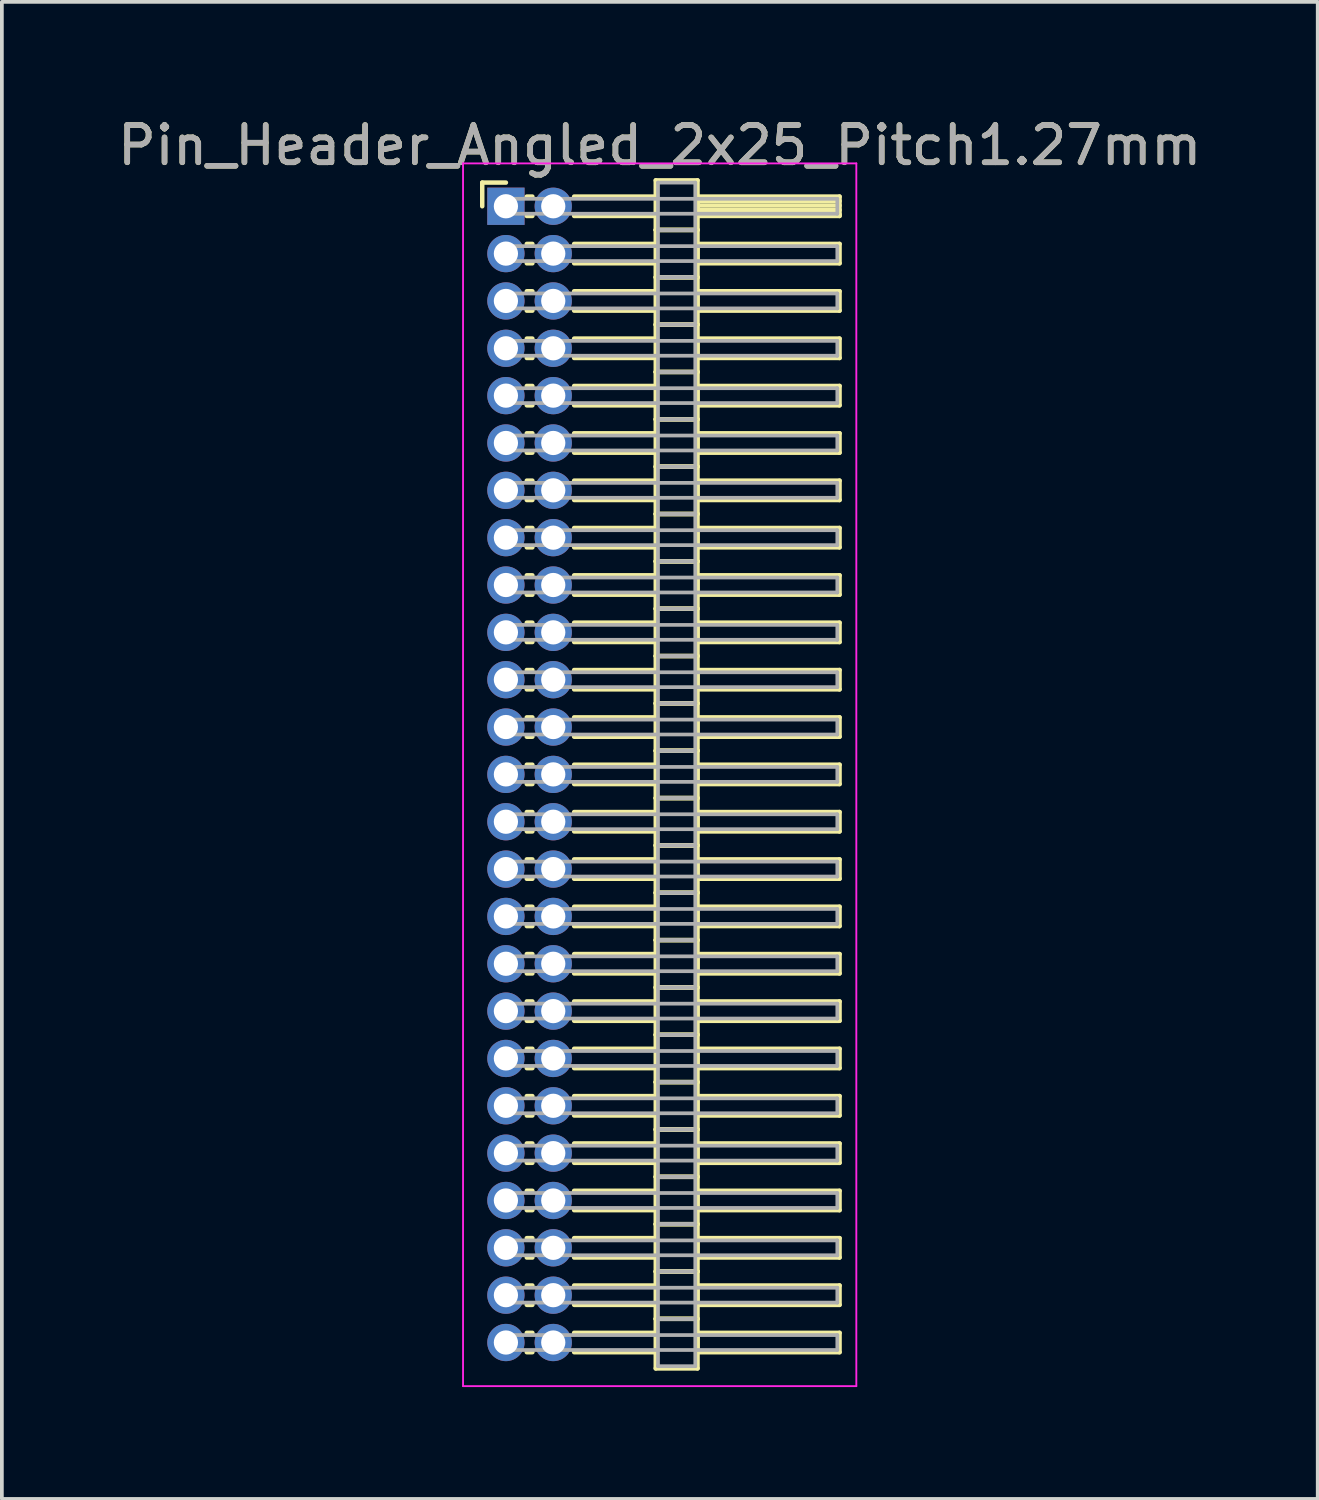
<source format=kicad_pcb>
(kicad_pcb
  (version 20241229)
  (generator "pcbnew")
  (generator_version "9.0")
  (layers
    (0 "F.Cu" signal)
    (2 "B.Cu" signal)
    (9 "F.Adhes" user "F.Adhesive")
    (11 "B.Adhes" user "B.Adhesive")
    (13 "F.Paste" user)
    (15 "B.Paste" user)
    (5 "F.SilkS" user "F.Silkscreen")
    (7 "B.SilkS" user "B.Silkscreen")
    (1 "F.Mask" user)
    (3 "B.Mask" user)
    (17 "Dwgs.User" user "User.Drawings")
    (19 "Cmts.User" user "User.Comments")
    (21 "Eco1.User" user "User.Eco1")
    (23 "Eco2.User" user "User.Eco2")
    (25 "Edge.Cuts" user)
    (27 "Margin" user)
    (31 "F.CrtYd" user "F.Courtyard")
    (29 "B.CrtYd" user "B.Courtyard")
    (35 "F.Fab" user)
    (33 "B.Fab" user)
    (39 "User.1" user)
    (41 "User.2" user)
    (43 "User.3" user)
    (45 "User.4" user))
  (footprint "Pin_Header_Angled_2x25_Pitch1.27mm"
    (layer "F.Cu")
    (at 10.521 2.483)
    (property "Reference" "Pin_Header_Angled_2x25_Pitch1.27mm" (at 4.128 -1.635 0) (layer "F.SilkS") (effects (font (size 1 1) (thickness 0.15))))
    (attr through_hole)
    (fp_line (start -0.635 -0.635) (end 0 -0.635) (stroke (width 0.12) (type solid)) (layer "F.SilkS"))
    (fp_line (start -0.635 0) (end -0.635 -0.635) (stroke (width 0.12) (type solid)) (layer "F.SilkS"))
    (fp_line (start 0.56 -0.26) (end 0.71 -0.26) (stroke (width 0.12) (type solid)) (layer "F.SilkS"))
    (fp_line (start 0.56 0.26) (end 0.71 0.26) (stroke (width 0.12) (type solid)) (layer "F.SilkS"))
    (fp_line (start 0.56 1.01) (end 0.71 1.01) (stroke (width 0.12) (type solid)) (layer "F.SilkS"))
    (fp_line (start 0.56 1.53) (end 0.71 1.53) (stroke (width 0.12) (type solid)) (layer "F.SilkS"))
    (fp_line (start 0.56 2.28) (end 0.71 2.28) (stroke (width 0.12) (type solid)) (layer "F.SilkS"))
    (fp_line (start 0.56 2.8) (end 0.71 2.8) (stroke (width 0.12) (type solid)) (layer "F.SilkS"))
    (fp_line (start 0.56 3.55) (end 0.71 3.55) (stroke (width 0.12) (type solid)) (layer "F.SilkS"))
    (fp_line (start 0.56 4.07) (end 0.71 4.07) (stroke (width 0.12) (type solid)) (layer "F.SilkS"))
    (fp_line (start 0.56 4.82) (end 0.71 4.82) (stroke (width 0.12) (type solid)) (layer "F.SilkS"))
    (fp_line (start 0.56 5.34) (end 0.71 5.34) (stroke (width 0.12) (type solid)) (layer "F.SilkS"))
    (fp_line (start 0.56 6.09) (end 0.71 6.09) (stroke (width 0.12) (type solid)) (layer "F.SilkS"))
    (fp_line (start 0.56 6.61) (end 0.71 6.61) (stroke (width 0.12) (type solid)) (layer "F.SilkS"))
    (fp_line (start 0.56 7.36) (end 0.71 7.36) (stroke (width 0.12) (type solid)) (layer "F.SilkS"))
    (fp_line (start 0.56 7.88) (end 0.71 7.88) (stroke (width 0.12) (type solid)) (layer "F.SilkS"))
    (fp_line (start 0.56 8.63) (end 0.71 8.63) (stroke (width 0.12) (type solid)) (layer "F.SilkS"))
    (fp_line (start 0.56 9.15) (end 0.71 9.15) (stroke (width 0.12) (type solid)) (layer "F.SilkS"))
    (fp_line (start 0.56 9.9) (end 0.71 9.9) (stroke (width 0.12) (type solid)) (layer "F.SilkS"))
    (fp_line (start 0.56 10.42) (end 0.71 10.42) (stroke (width 0.12) (type solid)) (layer "F.SilkS"))
    (fp_line (start 0.56 11.17) (end 0.71 11.17) (stroke (width 0.12) (type solid)) (layer "F.SilkS"))
    (fp_line (start 0.56 11.69) (end 0.71 11.69) (stroke (width 0.12) (type solid)) (layer "F.SilkS"))
    (fp_line (start 0.56 12.44) (end 0.71 12.44) (stroke (width 0.12) (type solid)) (layer "F.SilkS"))
    (fp_line (start 0.56 12.96) (end 0.71 12.96) (stroke (width 0.12) (type solid)) (layer "F.SilkS"))
    (fp_line (start 0.56 13.71) (end 0.71 13.71) (stroke (width 0.12) (type solid)) (layer "F.SilkS"))
    (fp_line (start 0.56 14.23) (end 0.71 14.23) (stroke (width 0.12) (type solid)) (layer "F.SilkS"))
    (fp_line (start 0.56 14.98) (end 0.71 14.98) (stroke (width 0.12) (type solid)) (layer "F.SilkS"))
    (fp_line (start 0.56 15.5) (end 0.71 15.5) (stroke (width 0.12) (type solid)) (layer "F.SilkS"))
    (fp_line (start 0.56 16.25) (end 0.71 16.25) (stroke (width 0.12) (type solid)) (layer "F.SilkS"))
    (fp_line (start 0.56 16.77) (end 0.71 16.77) (stroke (width 0.12) (type solid)) (layer "F.SilkS"))
    (fp_line (start 0.56 17.52) (end 0.71 17.52) (stroke (width 0.12) (type solid)) (layer "F.SilkS"))
    (fp_line (start 0.56 18.04) (end 0.71 18.04) (stroke (width 0.12) (type solid)) (layer "F.SilkS"))
    (fp_line (start 0.56 18.79) (end 0.71 18.79) (stroke (width 0.12) (type solid)) (layer "F.SilkS"))
    (fp_line (start 0.56 19.31) (end 0.71 19.31) (stroke (width 0.12) (type solid)) (layer "F.SilkS"))
    (fp_line (start 0.56 20.06) (end 0.71 20.06) (stroke (width 0.12) (type solid)) (layer "F.SilkS"))
    (fp_line (start 0.56 20.58) (end 0.71 20.58) (stroke (width 0.12) (type solid)) (layer "F.SilkS"))
    (fp_line (start 0.56 21.33) (end 0.71 21.33) (stroke (width 0.12) (type solid)) (layer "F.SilkS"))
    (fp_line (start 0.56 21.85) (end 0.71 21.85) (stroke (width 0.12) (type solid)) (layer "F.SilkS"))
    (fp_line (start 0.56 22.6) (end 0.71 22.6) (stroke (width 0.12) (type solid)) (layer "F.SilkS"))
    (fp_line (start 0.56 23.12) (end 0.71 23.12) (stroke (width 0.12) (type solid)) (layer "F.SilkS"))
    (fp_line (start 0.56 23.87) (end 0.71 23.87) (stroke (width 0.12) (type solid)) (layer "F.SilkS"))
    (fp_line (start 0.56 24.39) (end 0.71 24.39) (stroke (width 0.12) (type solid)) (layer "F.SilkS"))
    (fp_line (start 0.56 25.14) (end 0.71 25.14) (stroke (width 0.12) (type solid)) (layer "F.SilkS"))
    (fp_line (start 0.56 25.66) (end 0.71 25.66) (stroke (width 0.12) (type solid)) (layer "F.SilkS"))
    (fp_line (start 0.56 26.41) (end 0.71 26.41) (stroke (width 0.12) (type solid)) (layer "F.SilkS"))
    (fp_line (start 0.56 26.93) (end 0.71 26.93) (stroke (width 0.12) (type solid)) (layer "F.SilkS"))
    (fp_line (start 0.56 27.68) (end 0.71 27.68) (stroke (width 0.12) (type solid)) (layer "F.SilkS"))
    (fp_line (start 0.56 28.2) (end 0.71 28.2) (stroke (width 0.12) (type solid)) (layer "F.SilkS"))
    (fp_line (start 0.56 28.95) (end 0.71 28.95) (stroke (width 0.12) (type solid)) (layer "F.SilkS"))
    (fp_line (start 0.56 29.47) (end 0.71 29.47) (stroke (width 0.12) (type solid)) (layer "F.SilkS"))
    (fp_line (start 0.56 30.22) (end 0.71 30.22) (stroke (width 0.12) (type solid)) (layer "F.SilkS"))
    (fp_line (start 0.56 30.74) (end 0.71 30.74) (stroke (width 0.12) (type solid)) (layer "F.SilkS"))
    (fp_line (start 1.83 -0.26) (end 4.02 -0.26) (stroke (width 0.12) (type solid)) (layer "F.SilkS"))
    (fp_line (start 1.83 0.26) (end 4.02 0.26) (stroke (width 0.12) (type solid)) (layer "F.SilkS"))
    (fp_line (start 1.83 1.01) (end 4.02 1.01) (stroke (width 0.12) (type solid)) (layer "F.SilkS"))
    (fp_line (start 1.83 1.53) (end 4.02 1.53) (stroke (width 0.12) (type solid)) (layer "F.SilkS"))
    (fp_line (start 1.83 2.28) (end 4.02 2.28) (stroke (width 0.12) (type solid)) (layer "F.SilkS"))
    (fp_line (start 1.83 2.8) (end 4.02 2.8) (stroke (width 0.12) (type solid)) (layer "F.SilkS"))
    (fp_line (start 1.83 3.55) (end 4.02 3.55) (stroke (width 0.12) (type solid)) (layer "F.SilkS"))
    (fp_line (start 1.83 4.07) (end 4.02 4.07) (stroke (width 0.12) (type solid)) (layer "F.SilkS"))
    (fp_line (start 1.83 4.82) (end 4.02 4.82) (stroke (width 0.12) (type solid)) (layer "F.SilkS"))
    (fp_line (start 1.83 5.34) (end 4.02 5.34) (stroke (width 0.12) (type solid)) (layer "F.SilkS"))
    (fp_line (start 1.83 6.09) (end 4.02 6.09) (stroke (width 0.12) (type solid)) (layer "F.SilkS"))
    (fp_line (start 1.83 6.61) (end 4.02 6.61) (stroke (width 0.12) (type solid)) (layer "F.SilkS"))
    (fp_line (start 1.83 7.36) (end 4.02 7.36) (stroke (width 0.12) (type solid)) (layer "F.SilkS"))
    (fp_line (start 1.83 7.88) (end 4.02 7.88) (stroke (width 0.12) (type solid)) (layer "F.SilkS"))
    (fp_line (start 1.83 8.63) (end 4.02 8.63) (stroke (width 0.12) (type solid)) (layer "F.SilkS"))
    (fp_line (start 1.83 9.15) (end 4.02 9.15) (stroke (width 0.12) (type solid)) (layer "F.SilkS"))
    (fp_line (start 1.83 9.9) (end 4.02 9.9) (stroke (width 0.12) (type solid)) (layer "F.SilkS"))
    (fp_line (start 1.83 10.42) (end 4.02 10.42) (stroke (width 0.12) (type solid)) (layer "F.SilkS"))
    (fp_line (start 1.83 11.17) (end 4.02 11.17) (stroke (width 0.12) (type solid)) (layer "F.SilkS"))
    (fp_line (start 1.83 11.69) (end 4.02 11.69) (stroke (width 0.12) (type solid)) (layer "F.SilkS"))
    (fp_line (start 1.83 12.44) (end 4.02 12.44) (stroke (width 0.12) (type solid)) (layer "F.SilkS"))
    (fp_line (start 1.83 12.96) (end 4.02 12.96) (stroke (width 0.12) (type solid)) (layer "F.SilkS"))
    (fp_line (start 1.83 13.71) (end 4.02 13.71) (stroke (width 0.12) (type solid)) (layer "F.SilkS"))
    (fp_line (start 1.83 14.23) (end 4.02 14.23) (stroke (width 0.12) (type solid)) (layer "F.SilkS"))
    (fp_line (start 1.83 14.98) (end 4.02 14.98) (stroke (width 0.12) (type solid)) (layer "F.SilkS"))
    (fp_line (start 1.83 15.5) (end 4.02 15.5) (stroke (width 0.12) (type solid)) (layer "F.SilkS"))
    (fp_line (start 1.83 16.25) (end 4.02 16.25) (stroke (width 0.12) (type solid)) (layer "F.SilkS"))
    (fp_line (start 1.83 16.77) (end 4.02 16.77) (stroke (width 0.12) (type solid)) (layer "F.SilkS"))
    (fp_line (start 1.83 17.52) (end 4.02 17.52) (stroke (width 0.12) (type solid)) (layer "F.SilkS"))
    (fp_line (start 1.83 18.04) (end 4.02 18.04) (stroke (width 0.12) (type solid)) (layer "F.SilkS"))
    (fp_line (start 1.83 18.79) (end 4.02 18.79) (stroke (width 0.12) (type solid)) (layer "F.SilkS"))
    (fp_line (start 1.83 19.31) (end 4.02 19.31) (stroke (width 0.12) (type solid)) (layer "F.SilkS"))
    (fp_line (start 1.83 20.06) (end 4.02 20.06) (stroke (width 0.12) (type solid)) (layer "F.SilkS"))
    (fp_line (start 1.83 20.58) (end 4.02 20.58) (stroke (width 0.12) (type solid)) (layer "F.SilkS"))
    (fp_line (start 1.83 21.33) (end 4.02 21.33) (stroke (width 0.12) (type solid)) (layer "F.SilkS"))
    (fp_line (start 1.83 21.85) (end 4.02 21.85) (stroke (width 0.12) (type solid)) (layer "F.SilkS"))
    (fp_line (start 1.83 22.6) (end 4.02 22.6) (stroke (width 0.12) (type solid)) (layer "F.SilkS"))
    (fp_line (start 1.83 23.12) (end 4.02 23.12) (stroke (width 0.12) (type solid)) (layer "F.SilkS"))
    (fp_line (start 1.83 23.87) (end 4.02 23.87) (stroke (width 0.12) (type solid)) (layer "F.SilkS"))
    (fp_line (start 1.83 24.39) (end 4.02 24.39) (stroke (width 0.12) (type solid)) (layer "F.SilkS"))
    (fp_line (start 1.83 25.14) (end 4.02 25.14) (stroke (width 0.12) (type solid)) (layer "F.SilkS"))
    (fp_line (start 1.83 25.66) (end 4.02 25.66) (stroke (width 0.12) (type solid)) (layer "F.SilkS"))
    (fp_line (start 1.83 26.41) (end 4.02 26.41) (stroke (width 0.12) (type solid)) (layer "F.SilkS"))
    (fp_line (start 1.83 26.93) (end 4.02 26.93) (stroke (width 0.12) (type solid)) (layer "F.SilkS"))
    (fp_line (start 1.83 27.68) (end 4.02 27.68) (stroke (width 0.12) (type solid)) (layer "F.SilkS"))
    (fp_line (start 1.83 28.2) (end 4.02 28.2) (stroke (width 0.12) (type solid)) (layer "F.SilkS"))
    (fp_line (start 1.83 28.95) (end 4.02 28.95) (stroke (width 0.12) (type solid)) (layer "F.SilkS"))
    (fp_line (start 1.83 29.47) (end 4.02 29.47) (stroke (width 0.12) (type solid)) (layer "F.SilkS"))
    (fp_line (start 1.83 30.22) (end 4.02 30.22) (stroke (width 0.12) (type solid)) (layer "F.SilkS"))
    (fp_line (start 1.83 30.74) (end 4.02 30.74) (stroke (width 0.12) (type solid)) (layer "F.SilkS"))
    (fp_line (start 4.02 -0.695) (end 4.02 0.635) (stroke (width 0.12) (type solid)) (layer "F.SilkS"))
    (fp_line (start 4.02 0.635) (end 4.02 1.905) (stroke (width 0.12) (type solid)) (layer "F.SilkS"))
    (fp_line (start 4.02 0.635) (end 5.14 0.635) (stroke (width 0.12) (type solid)) (layer "F.SilkS"))
    (fp_line (start 4.02 1.905) (end 4.02 3.175) (stroke (width 0.12) (type solid)) (layer "F.SilkS"))
    (fp_line (start 4.02 1.905) (end 5.14 1.905) (stroke (width 0.12) (type solid)) (layer "F.SilkS"))
    (fp_line (start 4.02 3.175) (end 4.02 4.445) (stroke (width 0.12) (type solid)) (layer "F.SilkS"))
    (fp_line (start 4.02 3.175) (end 5.14 3.175) (stroke (width 0.12) (type solid)) (layer "F.SilkS"))
    (fp_line (start 4.02 4.445) (end 4.02 5.715) (stroke (width 0.12) (type solid)) (layer "F.SilkS"))
    (fp_line (start 4.02 4.445) (end 5.14 4.445) (stroke (width 0.12) (type solid)) (layer "F.SilkS"))
    (fp_line (start 4.02 5.715) (end 4.02 6.985) (stroke (width 0.12) (type solid)) (layer "F.SilkS"))
    (fp_line (start 4.02 5.715) (end 5.14 5.715) (stroke (width 0.12) (type solid)) (layer "F.SilkS"))
    (fp_line (start 4.02 6.985) (end 4.02 8.255) (stroke (width 0.12) (type solid)) (layer "F.SilkS"))
    (fp_line (start 4.02 6.985) (end 5.14 6.985) (stroke (width 0.12) (type solid)) (layer "F.SilkS"))
    (fp_line (start 4.02 8.255) (end 4.02 9.525) (stroke (width 0.12) (type solid)) (layer "F.SilkS"))
    (fp_line (start 4.02 8.255) (end 5.14 8.255) (stroke (width 0.12) (type solid)) (layer "F.SilkS"))
    (fp_line (start 4.02 9.525) (end 4.02 10.795) (stroke (width 0.12) (type solid)) (layer "F.SilkS"))
    (fp_line (start 4.02 9.525) (end 5.14 9.525) (stroke (width 0.12) (type solid)) (layer "F.SilkS"))
    (fp_line (start 4.02 10.795) (end 4.02 12.065) (stroke (width 0.12) (type solid)) (layer "F.SilkS"))
    (fp_line (start 4.02 10.795) (end 5.14 10.795) (stroke (width 0.12) (type solid)) (layer "F.SilkS"))
    (fp_line (start 4.02 12.065) (end 4.02 13.335) (stroke (width 0.12) (type solid)) (layer "F.SilkS"))
    (fp_line (start 4.02 12.065) (end 5.14 12.065) (stroke (width 0.12) (type solid)) (layer "F.SilkS"))
    (fp_line (start 4.02 13.335) (end 4.02 14.605) (stroke (width 0.12) (type solid)) (layer "F.SilkS"))
    (fp_line (start 4.02 13.335) (end 5.14 13.335) (stroke (width 0.12) (type solid)) (layer "F.SilkS"))
    (fp_line (start 4.02 14.605) (end 4.02 15.875) (stroke (width 0.12) (type solid)) (layer "F.SilkS"))
    (fp_line (start 4.02 14.605) (end 5.14 14.605) (stroke (width 0.12) (type solid)) (layer "F.SilkS"))
    (fp_line (start 4.02 15.875) (end 4.02 17.145) (stroke (width 0.12) (type solid)) (layer "F.SilkS"))
    (fp_line (start 4.02 15.875) (end 5.14 15.875) (stroke (width 0.12) (type solid)) (layer "F.SilkS"))
    (fp_line (start 4.02 17.145) (end 4.02 18.415) (stroke (width 0.12) (type solid)) (layer "F.SilkS"))
    (fp_line (start 4.02 17.145) (end 5.14 17.145) (stroke (width 0.12) (type solid)) (layer "F.SilkS"))
    (fp_line (start 4.02 18.415) (end 4.02 19.685) (stroke (width 0.12) (type solid)) (layer "F.SilkS"))
    (fp_line (start 4.02 18.415) (end 5.14 18.415) (stroke (width 0.12) (type solid)) (layer "F.SilkS"))
    (fp_line (start 4.02 19.685) (end 4.02 20.955) (stroke (width 0.12) (type solid)) (layer "F.SilkS"))
    (fp_line (start 4.02 19.685) (end 5.14 19.685) (stroke (width 0.12) (type solid)) (layer "F.SilkS"))
    (fp_line (start 4.02 20.955) (end 4.02 22.225) (stroke (width 0.12) (type solid)) (layer "F.SilkS"))
    (fp_line (start 4.02 20.955) (end 5.14 20.955) (stroke (width 0.12) (type solid)) (layer "F.SilkS"))
    (fp_line (start 4.02 22.225) (end 4.02 23.495) (stroke (width 0.12) (type solid)) (layer "F.SilkS"))
    (fp_line (start 4.02 22.225) (end 5.14 22.225) (stroke (width 0.12) (type solid)) (layer "F.SilkS"))
    (fp_line (start 4.02 23.495) (end 4.02 24.765) (stroke (width 0.12) (type solid)) (layer "F.SilkS"))
    (fp_line (start 4.02 23.495) (end 5.14 23.495) (stroke (width 0.12) (type solid)) (layer "F.SilkS"))
    (fp_line (start 4.02 24.765) (end 4.02 26.035) (stroke (width 0.12) (type solid)) (layer "F.SilkS"))
    (fp_line (start 4.02 24.765) (end 5.14 24.765) (stroke (width 0.12) (type solid)) (layer "F.SilkS"))
    (fp_line (start 4.02 26.035) (end 4.02 27.305) (stroke (width 0.12) (type solid)) (layer "F.SilkS"))
    (fp_line (start 4.02 26.035) (end 5.14 26.035) (stroke (width 0.12) (type solid)) (layer "F.SilkS"))
    (fp_line (start 4.02 27.305) (end 4.02 28.575) (stroke (width 0.12) (type solid)) (layer "F.SilkS"))
    (fp_line (start 4.02 27.305) (end 5.14 27.305) (stroke (width 0.12) (type solid)) (layer "F.SilkS"))
    (fp_line (start 4.02 28.575) (end 4.02 29.845) (stroke (width 0.12) (type solid)) (layer "F.SilkS"))
    (fp_line (start 4.02 28.575) (end 5.14 28.575) (stroke (width 0.12) (type solid)) (layer "F.SilkS"))
    (fp_line (start 4.02 29.845) (end 4.02 31.175) (stroke (width 0.12) (type solid)) (layer "F.SilkS"))
    (fp_line (start 4.02 29.845) (end 5.14 29.845) (stroke (width 0.12) (type solid)) (layer "F.SilkS"))
    (fp_line (start 4.02 31.175) (end 5.14 31.175) (stroke (width 0.12) (type solid)) (layer "F.SilkS"))
    (fp_line (start 5.14 -0.695) (end 4.02 -0.695) (stroke (width 0.12) (type solid)) (layer "F.SilkS"))
    (fp_line (start 5.14 -0.26) (end 5.14 0.26) (stroke (width 0.12) (type solid)) (layer "F.SilkS"))
    (fp_line (start 5.14 -0.14) (end 8.95 -0.14) (stroke (width 0.12) (type solid)) (layer "F.SilkS"))
    (fp_line (start 5.14 -0.02) (end 8.95 -0.02) (stroke (width 0.12) (type solid)) (layer "F.SilkS"))
    (fp_line (start 5.14 0.1) (end 8.95 0.1) (stroke (width 0.12) (type solid)) (layer "F.SilkS"))
    (fp_line (start 5.14 0.22) (end 8.95 0.22) (stroke (width 0.12) (type solid)) (layer "F.SilkS"))
    (fp_line (start 5.14 0.26) (end 8.95 0.26) (stroke (width 0.12) (type solid)) (layer "F.SilkS"))
    (fp_line (start 5.14 0.635) (end 4.02 0.635) (stroke (width 0.12) (type solid)) (layer "F.SilkS"))
    (fp_line (start 5.14 0.635) (end 5.14 -0.695) (stroke (width 0.12) (type solid)) (layer "F.SilkS"))
    (fp_line (start 5.14 1.01) (end 5.14 1.53) (stroke (width 0.12) (type solid)) (layer "F.SilkS"))
    (fp_line (start 5.14 1.53) (end 8.95 1.53) (stroke (width 0.12) (type solid)) (layer "F.SilkS"))
    (fp_line (start 5.14 1.905) (end 4.02 1.905) (stroke (width 0.12) (type solid)) (layer "F.SilkS"))
    (fp_line (start 5.14 1.905) (end 5.14 0.635) (stroke (width 0.12) (type solid)) (layer "F.SilkS"))
    (fp_line (start 5.14 2.28) (end 5.14 2.8) (stroke (width 0.12) (type solid)) (layer "F.SilkS"))
    (fp_line (start 5.14 2.8) (end 8.95 2.8) (stroke (width 0.12) (type solid)) (layer "F.SilkS"))
    (fp_line (start 5.14 3.175) (end 4.02 3.175) (stroke (width 0.12) (type solid)) (layer "F.SilkS"))
    (fp_line (start 5.14 3.175) (end 5.14 1.905) (stroke (width 0.12) (type solid)) (layer "F.SilkS"))
    (fp_line (start 5.14 3.55) (end 5.14 4.07) (stroke (width 0.12) (type solid)) (layer "F.SilkS"))
    (fp_line (start 5.14 4.07) (end 8.95 4.07) (stroke (width 0.12) (type solid)) (layer "F.SilkS"))
    (fp_line (start 5.14 4.445) (end 4.02 4.445) (stroke (width 0.12) (type solid)) (layer "F.SilkS"))
    (fp_line (start 5.14 4.445) (end 5.14 3.175) (stroke (width 0.12) (type solid)) (layer "F.SilkS"))
    (fp_line (start 5.14 4.82) (end 5.14 5.34) (stroke (width 0.12) (type solid)) (layer "F.SilkS"))
    (fp_line (start 5.14 5.34) (end 8.95 5.34) (stroke (width 0.12) (type solid)) (layer "F.SilkS"))
    (fp_line (start 5.14 5.715) (end 4.02 5.715) (stroke (width 0.12) (type solid)) (layer "F.SilkS"))
    (fp_line (start 5.14 5.715) (end 5.14 4.445) (stroke (width 0.12) (type solid)) (layer "F.SilkS"))
    (fp_line (start 5.14 6.09) (end 5.14 6.61) (stroke (width 0.12) (type solid)) (layer "F.SilkS"))
    (fp_line (start 5.14 6.61) (end 8.95 6.61) (stroke (width 0.12) (type solid)) (layer "F.SilkS"))
    (fp_line (start 5.14 6.985) (end 4.02 6.985) (stroke (width 0.12) (type solid)) (layer "F.SilkS"))
    (fp_line (start 5.14 6.985) (end 5.14 5.715) (stroke (width 0.12) (type solid)) (layer "F.SilkS"))
    (fp_line (start 5.14 7.36) (end 5.14 7.88) (stroke (width 0.12) (type solid)) (layer "F.SilkS"))
    (fp_line (start 5.14 7.88) (end 8.95 7.88) (stroke (width 0.12) (type solid)) (layer "F.SilkS"))
    (fp_line (start 5.14 8.255) (end 4.02 8.255) (stroke (width 0.12) (type solid)) (layer "F.SilkS"))
    (fp_line (start 5.14 8.255) (end 5.14 6.985) (stroke (width 0.12) (type solid)) (layer "F.SilkS"))
    (fp_line (start 5.14 8.63) (end 5.14 9.15) (stroke (width 0.12) (type solid)) (layer "F.SilkS"))
    (fp_line (start 5.14 9.15) (end 8.95 9.15) (stroke (width 0.12) (type solid)) (layer "F.SilkS"))
    (fp_line (start 5.14 9.525) (end 4.02 9.525) (stroke (width 0.12) (type solid)) (layer "F.SilkS"))
    (fp_line (start 5.14 9.525) (end 5.14 8.255) (stroke (width 0.12) (type solid)) (layer "F.SilkS"))
    (fp_line (start 5.14 9.9) (end 5.14 10.42) (stroke (width 0.12) (type solid)) (layer "F.SilkS"))
    (fp_line (start 5.14 10.42) (end 8.95 10.42) (stroke (width 0.12) (type solid)) (layer "F.SilkS"))
    (fp_line (start 5.14 10.795) (end 4.02 10.795) (stroke (width 0.12) (type solid)) (layer "F.SilkS"))
    (fp_line (start 5.14 10.795) (end 5.14 9.525) (stroke (width 0.12) (type solid)) (layer "F.SilkS"))
    (fp_line (start 5.14 11.17) (end 5.14 11.69) (stroke (width 0.12) (type solid)) (layer "F.SilkS"))
    (fp_line (start 5.14 11.69) (end 8.95 11.69) (stroke (width 0.12) (type solid)) (layer "F.SilkS"))
    (fp_line (start 5.14 12.065) (end 4.02 12.065) (stroke (width 0.12) (type solid)) (layer "F.SilkS"))
    (fp_line (start 5.14 12.065) (end 5.14 10.795) (stroke (width 0.12) (type solid)) (layer "F.SilkS"))
    (fp_line (start 5.14 12.44) (end 5.14 12.96) (stroke (width 0.12) (type solid)) (layer "F.SilkS"))
    (fp_line (start 5.14 12.96) (end 8.95 12.96) (stroke (width 0.12) (type solid)) (layer "F.SilkS"))
    (fp_line (start 5.14 13.335) (end 4.02 13.335) (stroke (width 0.12) (type solid)) (layer "F.SilkS"))
    (fp_line (start 5.14 13.335) (end 5.14 12.065) (stroke (width 0.12) (type solid)) (layer "F.SilkS"))
    (fp_line (start 5.14 13.71) (end 5.14 14.23) (stroke (width 0.12) (type solid)) (layer "F.SilkS"))
    (fp_line (start 5.14 14.23) (end 8.95 14.23) (stroke (width 0.12) (type solid)) (layer "F.SilkS"))
    (fp_line (start 5.14 14.605) (end 4.02 14.605) (stroke (width 0.12) (type solid)) (layer "F.SilkS"))
    (fp_line (start 5.14 14.605) (end 5.14 13.335) (stroke (width 0.12) (type solid)) (layer "F.SilkS"))
    (fp_line (start 5.14 14.98) (end 5.14 15.5) (stroke (width 0.12) (type solid)) (layer "F.SilkS"))
    (fp_line (start 5.14 15.5) (end 8.95 15.5) (stroke (width 0.12) (type solid)) (layer "F.SilkS"))
    (fp_line (start 5.14 15.875) (end 4.02 15.875) (stroke (width 0.12) (type solid)) (layer "F.SilkS"))
    (fp_line (start 5.14 15.875) (end 5.14 14.605) (stroke (width 0.12) (type solid)) (layer "F.SilkS"))
    (fp_line (start 5.14 16.25) (end 5.14 16.77) (stroke (width 0.12) (type solid)) (layer "F.SilkS"))
    (fp_line (start 5.14 16.77) (end 8.95 16.77) (stroke (width 0.12) (type solid)) (layer "F.SilkS"))
    (fp_line (start 5.14 17.145) (end 4.02 17.145) (stroke (width 0.12) (type solid)) (layer "F.SilkS"))
    (fp_line (start 5.14 17.145) (end 5.14 15.875) (stroke (width 0.12) (type solid)) (layer "F.SilkS"))
    (fp_line (start 5.14 17.52) (end 5.14 18.04) (stroke (width 0.12) (type solid)) (layer "F.SilkS"))
    (fp_line (start 5.14 18.04) (end 8.95 18.04) (stroke (width 0.12) (type solid)) (layer "F.SilkS"))
    (fp_line (start 5.14 18.415) (end 4.02 18.415) (stroke (width 0.12) (type solid)) (layer "F.SilkS"))
    (fp_line (start 5.14 18.415) (end 5.14 17.145) (stroke (width 0.12) (type solid)) (layer "F.SilkS"))
    (fp_line (start 5.14 18.79) (end 5.14 19.31) (stroke (width 0.12) (type solid)) (layer "F.SilkS"))
    (fp_line (start 5.14 19.31) (end 8.95 19.31) (stroke (width 0.12) (type solid)) (layer "F.SilkS"))
    (fp_line (start 5.14 19.685) (end 4.02 19.685) (stroke (width 0.12) (type solid)) (layer "F.SilkS"))
    (fp_line (start 5.14 19.685) (end 5.14 18.415) (stroke (width 0.12) (type solid)) (layer "F.SilkS"))
    (fp_line (start 5.14 20.06) (end 5.14 20.58) (stroke (width 0.12) (type solid)) (layer "F.SilkS"))
    (fp_line (start 5.14 20.58) (end 8.95 20.58) (stroke (width 0.12) (type solid)) (layer "F.SilkS"))
    (fp_line (start 5.14 20.955) (end 4.02 20.955) (stroke (width 0.12) (type solid)) (layer "F.SilkS"))
    (fp_line (start 5.14 20.955) (end 5.14 19.685) (stroke (width 0.12) (type solid)) (layer "F.SilkS"))
    (fp_line (start 5.14 21.33) (end 5.14 21.85) (stroke (width 0.12) (type solid)) (layer "F.SilkS"))
    (fp_line (start 5.14 21.85) (end 8.95 21.85) (stroke (width 0.12) (type solid)) (layer "F.SilkS"))
    (fp_line (start 5.14 22.225) (end 4.02 22.225) (stroke (width 0.12) (type solid)) (layer "F.SilkS"))
    (fp_line (start 5.14 22.225) (end 5.14 20.955) (stroke (width 0.12) (type solid)) (layer "F.SilkS"))
    (fp_line (start 5.14 22.6) (end 5.14 23.12) (stroke (width 0.12) (type solid)) (layer "F.SilkS"))
    (fp_line (start 5.14 23.12) (end 8.95 23.12) (stroke (width 0.12) (type solid)) (layer "F.SilkS"))
    (fp_line (start 5.14 23.495) (end 4.02 23.495) (stroke (width 0.12) (type solid)) (layer "F.SilkS"))
    (fp_line (start 5.14 23.495) (end 5.14 22.225) (stroke (width 0.12) (type solid)) (layer "F.SilkS"))
    (fp_line (start 5.14 23.87) (end 5.14 24.39) (stroke (width 0.12) (type solid)) (layer "F.SilkS"))
    (fp_line (start 5.14 24.39) (end 8.95 24.39) (stroke (width 0.12) (type solid)) (layer "F.SilkS"))
    (fp_line (start 5.14 24.765) (end 4.02 24.765) (stroke (width 0.12) (type solid)) (layer "F.SilkS"))
    (fp_line (start 5.14 24.765) (end 5.14 23.495) (stroke (width 0.12) (type solid)) (layer "F.SilkS"))
    (fp_line (start 5.14 25.14) (end 5.14 25.66) (stroke (width 0.12) (type solid)) (layer "F.SilkS"))
    (fp_line (start 5.14 25.66) (end 8.95 25.66) (stroke (width 0.12) (type solid)) (layer "F.SilkS"))
    (fp_line (start 5.14 26.035) (end 4.02 26.035) (stroke (width 0.12) (type solid)) (layer "F.SilkS"))
    (fp_line (start 5.14 26.035) (end 5.14 24.765) (stroke (width 0.12) (type solid)) (layer "F.SilkS"))
    (fp_line (start 5.14 26.41) (end 5.14 26.93) (stroke (width 0.12) (type solid)) (layer "F.SilkS"))
    (fp_line (start 5.14 26.93) (end 8.95 26.93) (stroke (width 0.12) (type solid)) (layer "F.SilkS"))
    (fp_line (start 5.14 27.305) (end 4.02 27.305) (stroke (width 0.12) (type solid)) (layer "F.SilkS"))
    (fp_line (start 5.14 27.305) (end 5.14 26.035) (stroke (width 0.12) (type solid)) (layer "F.SilkS"))
    (fp_line (start 5.14 27.68) (end 5.14 28.2) (stroke (width 0.12) (type solid)) (layer "F.SilkS"))
    (fp_line (start 5.14 28.2) (end 8.95 28.2) (stroke (width 0.12) (type solid)) (layer "F.SilkS"))
    (fp_line (start 5.14 28.575) (end 4.02 28.575) (stroke (width 0.12) (type solid)) (layer "F.SilkS"))
    (fp_line (start 5.14 28.575) (end 5.14 27.305) (stroke (width 0.12) (type solid)) (layer "F.SilkS"))
    (fp_line (start 5.14 28.95) (end 5.14 29.47) (stroke (width 0.12) (type solid)) (layer "F.SilkS"))
    (fp_line (start 5.14 29.47) (end 8.95 29.47) (stroke (width 0.12) (type solid)) (layer "F.SilkS"))
    (fp_line (start 5.14 29.845) (end 4.02 29.845) (stroke (width 0.12) (type solid)) (layer "F.SilkS"))
    (fp_line (start 5.14 29.845) (end 5.14 28.575) (stroke (width 0.12) (type solid)) (layer "F.SilkS"))
    (fp_line (start 5.14 30.22) (end 5.14 30.74) (stroke (width 0.12) (type solid)) (layer "F.SilkS"))
    (fp_line (start 5.14 30.74) (end 8.95 30.74) (stroke (width 0.12) (type solid)) (layer "F.SilkS"))
    (fp_line (start 5.14 31.175) (end 5.14 29.845) (stroke (width 0.12) (type solid)) (layer "F.SilkS"))
    (fp_line (start 8.95 -0.26) (end 5.14 -0.26) (stroke (width 0.12) (type solid)) (layer "F.SilkS"))
    (fp_line (start 8.95 0.26) (end 8.95 -0.26) (stroke (width 0.12) (type solid)) (layer "F.SilkS"))
    (fp_line (start 8.95 1.01) (end 5.14 1.01) (stroke (width 0.12) (type solid)) (layer "F.SilkS"))
    (fp_line (start 8.95 1.53) (end 8.95 1.01) (stroke (width 0.12) (type solid)) (layer "F.SilkS"))
    (fp_line (start 8.95 2.28) (end 5.14 2.28) (stroke (width 0.12) (type solid)) (layer "F.SilkS"))
    (fp_line (start 8.95 2.8) (end 8.95 2.28) (stroke (width 0.12) (type solid)) (layer "F.SilkS"))
    (fp_line (start 8.95 3.55) (end 5.14 3.55) (stroke (width 0.12) (type solid)) (layer "F.SilkS"))
    (fp_line (start 8.95 4.07) (end 8.95 3.55) (stroke (width 0.12) (type solid)) (layer "F.SilkS"))
    (fp_line (start 8.95 4.82) (end 5.14 4.82) (stroke (width 0.12) (type solid)) (layer "F.SilkS"))
    (fp_line (start 8.95 5.34) (end 8.95 4.82) (stroke (width 0.12) (type solid)) (layer "F.SilkS"))
    (fp_line (start 8.95 6.09) (end 5.14 6.09) (stroke (width 0.12) (type solid)) (layer "F.SilkS"))
    (fp_line (start 8.95 6.61) (end 8.95 6.09) (stroke (width 0.12) (type solid)) (layer "F.SilkS"))
    (fp_line (start 8.95 7.36) (end 5.14 7.36) (stroke (width 0.12) (type solid)) (layer "F.SilkS"))
    (fp_line (start 8.95 7.88) (end 8.95 7.36) (stroke (width 0.12) (type solid)) (layer "F.SilkS"))
    (fp_line (start 8.95 8.63) (end 5.14 8.63) (stroke (width 0.12) (type solid)) (layer "F.SilkS"))
    (fp_line (start 8.95 9.15) (end 8.95 8.63) (stroke (width 0.12) (type solid)) (layer "F.SilkS"))
    (fp_line (start 8.95 9.9) (end 5.14 9.9) (stroke (width 0.12) (type solid)) (layer "F.SilkS"))
    (fp_line (start 8.95 10.42) (end 8.95 9.9) (stroke (width 0.12) (type solid)) (layer "F.SilkS"))
    (fp_line (start 8.95 11.17) (end 5.14 11.17) (stroke (width 0.12) (type solid)) (layer "F.SilkS"))
    (fp_line (start 8.95 11.69) (end 8.95 11.17) (stroke (width 0.12) (type solid)) (layer "F.SilkS"))
    (fp_line (start 8.95 12.44) (end 5.14 12.44) (stroke (width 0.12) (type solid)) (layer "F.SilkS"))
    (fp_line (start 8.95 12.96) (end 8.95 12.44) (stroke (width 0.12) (type solid)) (layer "F.SilkS"))
    (fp_line (start 8.95 13.71) (end 5.14 13.71) (stroke (width 0.12) (type solid)) (layer "F.SilkS"))
    (fp_line (start 8.95 14.23) (end 8.95 13.71) (stroke (width 0.12) (type solid)) (layer "F.SilkS"))
    (fp_line (start 8.95 14.98) (end 5.14 14.98) (stroke (width 0.12) (type solid)) (layer "F.SilkS"))
    (fp_line (start 8.95 15.5) (end 8.95 14.98) (stroke (width 0.12) (type solid)) (layer "F.SilkS"))
    (fp_line (start 8.95 16.25) (end 5.14 16.25) (stroke (width 0.12) (type solid)) (layer "F.SilkS"))
    (fp_line (start 8.95 16.77) (end 8.95 16.25) (stroke (width 0.12) (type solid)) (layer "F.SilkS"))
    (fp_line (start 8.95 17.52) (end 5.14 17.52) (stroke (width 0.12) (type solid)) (layer "F.SilkS"))
    (fp_line (start 8.95 18.04) (end 8.95 17.52) (stroke (width 0.12) (type solid)) (layer "F.SilkS"))
    (fp_line (start 8.95 18.79) (end 5.14 18.79) (stroke (width 0.12) (type solid)) (layer "F.SilkS"))
    (fp_line (start 8.95 19.31) (end 8.95 18.79) (stroke (width 0.12) (type solid)) (layer "F.SilkS"))
    (fp_line (start 8.95 20.06) (end 5.14 20.06) (stroke (width 0.12) (type solid)) (layer "F.SilkS"))
    (fp_line (start 8.95 20.58) (end 8.95 20.06) (stroke (width 0.12) (type solid)) (layer "F.SilkS"))
    (fp_line (start 8.95 21.33) (end 5.14 21.33) (stroke (width 0.12) (type solid)) (layer "F.SilkS"))
    (fp_line (start 8.95 21.85) (end 8.95 21.33) (stroke (width 0.12) (type solid)) (layer "F.SilkS"))
    (fp_line (start 8.95 22.6) (end 5.14 22.6) (stroke (width 0.12) (type solid)) (layer "F.SilkS"))
    (fp_line (start 8.95 23.12) (end 8.95 22.6) (stroke (width 0.12) (type solid)) (layer "F.SilkS"))
    (fp_line (start 8.95 23.87) (end 5.14 23.87) (stroke (width 0.12) (type solid)) (layer "F.SilkS"))
    (fp_line (start 8.95 24.39) (end 8.95 23.87) (stroke (width 0.12) (type solid)) (layer "F.SilkS"))
    (fp_line (start 8.95 25.14) (end 5.14 25.14) (stroke (width 0.12) (type solid)) (layer "F.SilkS"))
    (fp_line (start 8.95 25.66) (end 8.95 25.14) (stroke (width 0.12) (type solid)) (layer "F.SilkS"))
    (fp_line (start 8.95 26.41) (end 5.14 26.41) (stroke (width 0.12) (type solid)) (layer "F.SilkS"))
    (fp_line (start 8.95 26.93) (end 8.95 26.41) (stroke (width 0.12) (type solid)) (layer "F.SilkS"))
    (fp_line (start 8.95 27.68) (end 5.14 27.68) (stroke (width 0.12) (type solid)) (layer "F.SilkS"))
    (fp_line (start 8.95 28.2) (end 8.95 27.68) (stroke (width 0.12) (type solid)) (layer "F.SilkS"))
    (fp_line (start 8.95 28.95) (end 5.14 28.95) (stroke (width 0.12) (type solid)) (layer "F.SilkS"))
    (fp_line (start 8.95 29.47) (end 8.95 28.95) (stroke (width 0.12) (type solid)) (layer "F.SilkS"))
    (fp_line (start 8.95 30.22) (end 5.14 30.22) (stroke (width 0.12) (type solid)) (layer "F.SilkS"))
    (fp_line (start 8.95 30.74) (end 8.95 30.22) (stroke (width 0.12) (type solid)) (layer "F.SilkS"))
    (fp_line (start -1.15 -1.15) (end -1.15 31.65) (stroke (width 0.05) (type solid)) (layer "F.CrtYd"))
    (fp_line (start -1.15 31.65) (end 9.4 31.65) (stroke (width 0.05) (type solid)) (layer "F.CrtYd"))
    (fp_line (start 9.4 -1.15) (end -1.15 -1.15) (stroke (width 0.05) (type solid)) (layer "F.CrtYd"))
    (fp_line (start 9.4 31.65) (end 9.4 -1.15) (stroke (width 0.05) (type solid)) (layer "F.CrtYd"))
    (fp_line (start 0 -0.2) (end 0 0.2) (stroke (width 0.1) (type solid)) (layer "F.Fab"))
    (fp_line (start 0 0.2) (end 8.89 0.2) (stroke (width 0.1) (type solid)) (layer "F.Fab"))
    (fp_line (start 0 1.07) (end 0 1.47) (stroke (width 0.1) (type solid)) (layer "F.Fab"))
    (fp_line (start 0 1.47) (end 8.89 1.47) (stroke (width 0.1) (type solid)) (layer "F.Fab"))
    (fp_line (start 0 2.34) (end 0 2.74) (stroke (width 0.1) (type solid)) (layer "F.Fab"))
    (fp_line (start 0 2.74) (end 8.89 2.74) (stroke (width 0.1) (type solid)) (layer "F.Fab"))
    (fp_line (start 0 3.61) (end 0 4.01) (stroke (width 0.1) (type solid)) (layer "F.Fab"))
    (fp_line (start 0 4.01) (end 8.89 4.01) (stroke (width 0.1) (type solid)) (layer "F.Fab"))
    (fp_line (start 0 4.88) (end 0 5.28) (stroke (width 0.1) (type solid)) (layer "F.Fab"))
    (fp_line (start 0 5.28) (end 8.89 5.28) (stroke (width 0.1) (type solid)) (layer "F.Fab"))
    (fp_line (start 0 6.15) (end 0 6.55) (stroke (width 0.1) (type solid)) (layer "F.Fab"))
    (fp_line (start 0 6.55) (end 8.89 6.55) (stroke (width 0.1) (type solid)) (layer "F.Fab"))
    (fp_line (start 0 7.42) (end 0 7.82) (stroke (width 0.1) (type solid)) (layer "F.Fab"))
    (fp_line (start 0 7.82) (end 8.89 7.82) (stroke (width 0.1) (type solid)) (layer "F.Fab"))
    (fp_line (start 0 8.69) (end 0 9.09) (stroke (width 0.1) (type solid)) (layer "F.Fab"))
    (fp_line (start 0 9.09) (end 8.89 9.09) (stroke (width 0.1) (type solid)) (layer "F.Fab"))
    (fp_line (start 0 9.96) (end 0 10.36) (stroke (width 0.1) (type solid)) (layer "F.Fab"))
    (fp_line (start 0 10.36) (end 8.89 10.36) (stroke (width 0.1) (type solid)) (layer "F.Fab"))
    (fp_line (start 0 11.23) (end 0 11.63) (stroke (width 0.1) (type solid)) (layer "F.Fab"))
    (fp_line (start 0 11.63) (end 8.89 11.63) (stroke (width 0.1) (type solid)) (layer "F.Fab"))
    (fp_line (start 0 12.5) (end 0 12.9) (stroke (width 0.1) (type solid)) (layer "F.Fab"))
    (fp_line (start 0 12.9) (end 8.89 12.9) (stroke (width 0.1) (type solid)) (layer "F.Fab"))
    (fp_line (start 0 13.77) (end 0 14.17) (stroke (width 0.1) (type solid)) (layer "F.Fab"))
    (fp_line (start 0 14.17) (end 8.89 14.17) (stroke (width 0.1) (type solid)) (layer "F.Fab"))
    (fp_line (start 0 15.04) (end 0 15.44) (stroke (width 0.1) (type solid)) (layer "F.Fab"))
    (fp_line (start 0 15.44) (end 8.89 15.44) (stroke (width 0.1) (type solid)) (layer "F.Fab"))
    (fp_line (start 0 16.31) (end 0 16.71) (stroke (width 0.1) (type solid)) (layer "F.Fab"))
    (fp_line (start 0 16.71) (end 8.89 16.71) (stroke (width 0.1) (type solid)) (layer "F.Fab"))
    (fp_line (start 0 17.58) (end 0 17.98) (stroke (width 0.1) (type solid)) (layer "F.Fab"))
    (fp_line (start 0 17.98) (end 8.89 17.98) (stroke (width 0.1) (type solid)) (layer "F.Fab"))
    (fp_line (start 0 18.85) (end 0 19.25) (stroke (width 0.1) (type solid)) (layer "F.Fab"))
    (fp_line (start 0 19.25) (end 8.89 19.25) (stroke (width 0.1) (type solid)) (layer "F.Fab"))
    (fp_line (start 0 20.12) (end 0 20.52) (stroke (width 0.1) (type solid)) (layer "F.Fab"))
    (fp_line (start 0 20.52) (end 8.89 20.52) (stroke (width 0.1) (type solid)) (layer "F.Fab"))
    (fp_line (start 0 21.39) (end 0 21.79) (stroke (width 0.1) (type solid)) (layer "F.Fab"))
    (fp_line (start 0 21.79) (end 8.89 21.79) (stroke (width 0.1) (type solid)) (layer "F.Fab"))
    (fp_line (start 0 22.66) (end 0 23.06) (stroke (width 0.1) (type solid)) (layer "F.Fab"))
    (fp_line (start 0 23.06) (end 8.89 23.06) (stroke (width 0.1) (type solid)) (layer "F.Fab"))
    (fp_line (start 0 23.93) (end 0 24.33) (stroke (width 0.1) (type solid)) (layer "F.Fab"))
    (fp_line (start 0 24.33) (end 8.89 24.33) (stroke (width 0.1) (type solid)) (layer "F.Fab"))
    (fp_line (start 0 25.2) (end 0 25.6) (stroke (width 0.1) (type solid)) (layer "F.Fab"))
    (fp_line (start 0 25.6) (end 8.89 25.6) (stroke (width 0.1) (type solid)) (layer "F.Fab"))
    (fp_line (start 0 26.47) (end 0 26.87) (stroke (width 0.1) (type solid)) (layer "F.Fab"))
    (fp_line (start 0 26.87) (end 8.89 26.87) (stroke (width 0.1) (type solid)) (layer "F.Fab"))
    (fp_line (start 0 27.74) (end 0 28.14) (stroke (width 0.1) (type solid)) (layer "F.Fab"))
    (fp_line (start 0 28.14) (end 8.89 28.14) (stroke (width 0.1) (type solid)) (layer "F.Fab"))
    (fp_line (start 0 29.01) (end 0 29.41) (stroke (width 0.1) (type solid)) (layer "F.Fab"))
    (fp_line (start 0 29.41) (end 8.89 29.41) (stroke (width 0.1) (type solid)) (layer "F.Fab"))
    (fp_line (start 0 30.28) (end 0 30.68) (stroke (width 0.1) (type solid)) (layer "F.Fab"))
    (fp_line (start 0 30.68) (end 8.89 30.68) (stroke (width 0.1) (type solid)) (layer "F.Fab"))
    (fp_line (start 4.08 -0.635) (end 4.08 0.635) (stroke (width 0.1) (type solid)) (layer "F.Fab"))
    (fp_line (start 4.08 0.635) (end 4.08 1.905) (stroke (width 0.1) (type solid)) (layer "F.Fab"))
    (fp_line (start 4.08 0.635) (end 5.08 0.635) (stroke (width 0.1) (type solid)) (layer "F.Fab"))
    (fp_line (start 4.08 1.905) (end 4.08 3.175) (stroke (width 0.1) (type solid)) (layer "F.Fab"))
    (fp_line (start 4.08 1.905) (end 5.08 1.905) (stroke (width 0.1) (type solid)) (layer "F.Fab"))
    (fp_line (start 4.08 3.175) (end 4.08 4.445) (stroke (width 0.1) (type solid)) (layer "F.Fab"))
    (fp_line (start 4.08 3.175) (end 5.08 3.175) (stroke (width 0.1) (type solid)) (layer "F.Fab"))
    (fp_line (start 4.08 4.445) (end 4.08 5.715) (stroke (width 0.1) (type solid)) (layer "F.Fab"))
    (fp_line (start 4.08 4.445) (end 5.08 4.445) (stroke (width 0.1) (type solid)) (layer "F.Fab"))
    (fp_line (start 4.08 5.715) (end 4.08 6.985) (stroke (width 0.1) (type solid)) (layer "F.Fab"))
    (fp_line (start 4.08 5.715) (end 5.08 5.715) (stroke (width 0.1) (type solid)) (layer "F.Fab"))
    (fp_line (start 4.08 6.985) (end 4.08 8.255) (stroke (width 0.1) (type solid)) (layer "F.Fab"))
    (fp_line (start 4.08 6.985) (end 5.08 6.985) (stroke (width 0.1) (type solid)) (layer "F.Fab"))
    (fp_line (start 4.08 8.255) (end 4.08 9.525) (stroke (width 0.1) (type solid)) (layer "F.Fab"))
    (fp_line (start 4.08 8.255) (end 5.08 8.255) (stroke (width 0.1) (type solid)) (layer "F.Fab"))
    (fp_line (start 4.08 9.525) (end 4.08 10.795) (stroke (width 0.1) (type solid)) (layer "F.Fab"))
    (fp_line (start 4.08 9.525) (end 5.08 9.525) (stroke (width 0.1) (type solid)) (layer "F.Fab"))
    (fp_line (start 4.08 10.795) (end 4.08 12.065) (stroke (width 0.1) (type solid)) (layer "F.Fab"))
    (fp_line (start 4.08 10.795) (end 5.08 10.795) (stroke (width 0.1) (type solid)) (layer "F.Fab"))
    (fp_line (start 4.08 12.065) (end 4.08 13.335) (stroke (width 0.1) (type solid)) (layer "F.Fab"))
    (fp_line (start 4.08 12.065) (end 5.08 12.065) (stroke (width 0.1) (type solid)) (layer "F.Fab"))
    (fp_line (start 4.08 13.335) (end 4.08 14.605) (stroke (width 0.1) (type solid)) (layer "F.Fab"))
    (fp_line (start 4.08 13.335) (end 5.08 13.335) (stroke (width 0.1) (type solid)) (layer "F.Fab"))
    (fp_line (start 4.08 14.605) (end 4.08 15.875) (stroke (width 0.1) (type solid)) (layer "F.Fab"))
    (fp_line (start 4.08 14.605) (end 5.08 14.605) (stroke (width 0.1) (type solid)) (layer "F.Fab"))
    (fp_line (start 4.08 15.875) (end 4.08 17.145) (stroke (width 0.1) (type solid)) (layer "F.Fab"))
    (fp_line (start 4.08 15.875) (end 5.08 15.875) (stroke (width 0.1) (type solid)) (layer "F.Fab"))
    (fp_line (start 4.08 17.145) (end 4.08 18.415) (stroke (width 0.1) (type solid)) (layer "F.Fab"))
    (fp_line (start 4.08 17.145) (end 5.08 17.145) (stroke (width 0.1) (type solid)) (layer "F.Fab"))
    (fp_line (start 4.08 18.415) (end 4.08 19.685) (stroke (width 0.1) (type solid)) (layer "F.Fab"))
    (fp_line (start 4.08 18.415) (end 5.08 18.415) (stroke (width 0.1) (type solid)) (layer "F.Fab"))
    (fp_line (start 4.08 19.685) (end 4.08 20.955) (stroke (width 0.1) (type solid)) (layer "F.Fab"))
    (fp_line (start 4.08 19.685) (end 5.08 19.685) (stroke (width 0.1) (type solid)) (layer "F.Fab"))
    (fp_line (start 4.08 20.955) (end 4.08 22.225) (stroke (width 0.1) (type solid)) (layer "F.Fab"))
    (fp_line (start 4.08 20.955) (end 5.08 20.955) (stroke (width 0.1) (type solid)) (layer "F.Fab"))
    (fp_line (start 4.08 22.225) (end 4.08 23.495) (stroke (width 0.1) (type solid)) (layer "F.Fab"))
    (fp_line (start 4.08 22.225) (end 5.08 22.225) (stroke (width 0.1) (type solid)) (layer "F.Fab"))
    (fp_line (start 4.08 23.495) (end 4.08 24.765) (stroke (width 0.1) (type solid)) (layer "F.Fab"))
    (fp_line (start 4.08 23.495) (end 5.08 23.495) (stroke (width 0.1) (type solid)) (layer "F.Fab"))
    (fp_line (start 4.08 24.765) (end 4.08 26.035) (stroke (width 0.1) (type solid)) (layer "F.Fab"))
    (fp_line (start 4.08 24.765) (end 5.08 24.765) (stroke (width 0.1) (type solid)) (layer "F.Fab"))
    (fp_line (start 4.08 26.035) (end 4.08 27.305) (stroke (width 0.1) (type solid)) (layer "F.Fab"))
    (fp_line (start 4.08 26.035) (end 5.08 26.035) (stroke (width 0.1) (type solid)) (layer "F.Fab"))
    (fp_line (start 4.08 27.305) (end 4.08 28.575) (stroke (width 0.1) (type solid)) (layer "F.Fab"))
    (fp_line (start 4.08 27.305) (end 5.08 27.305) (stroke (width 0.1) (type solid)) (layer "F.Fab"))
    (fp_line (start 4.08 28.575) (end 4.08 29.845) (stroke (width 0.1) (type solid)) (layer "F.Fab"))
    (fp_line (start 4.08 28.575) (end 5.08 28.575) (stroke (width 0.1) (type solid)) (layer "F.Fab"))
    (fp_line (start 4.08 29.845) (end 4.08 31.115) (stroke (width 0.1) (type solid)) (layer "F.Fab"))
    (fp_line (start 4.08 29.845) (end 5.08 29.845) (stroke (width 0.1) (type solid)) (layer "F.Fab"))
    (fp_line (start 4.08 31.115) (end 5.08 31.115) (stroke (width 0.1) (type solid)) (layer "F.Fab"))
    (fp_line (start 5.08 -0.635) (end 4.08 -0.635) (stroke (width 0.1) (type solid)) (layer "F.Fab"))
    (fp_line (start 5.08 0.635) (end 4.08 0.635) (stroke (width 0.1) (type solid)) (layer "F.Fab"))
    (fp_line (start 5.08 0.635) (end 5.08 -0.635) (stroke (width 0.1) (type solid)) (layer "F.Fab"))
    (fp_line (start 5.08 1.905) (end 4.08 1.905) (stroke (width 0.1) (type solid)) (layer "F.Fab"))
    (fp_line (start 5.08 1.905) (end 5.08 0.635) (stroke (width 0.1) (type solid)) (layer "F.Fab"))
    (fp_line (start 5.08 3.175) (end 4.08 3.175) (stroke (width 0.1) (type solid)) (layer "F.Fab"))
    (fp_line (start 5.08 3.175) (end 5.08 1.905) (stroke (width 0.1) (type solid)) (layer "F.Fab"))
    (fp_line (start 5.08 4.445) (end 4.08 4.445) (stroke (width 0.1) (type solid)) (layer "F.Fab"))
    (fp_line (start 5.08 4.445) (end 5.08 3.175) (stroke (width 0.1) (type solid)) (layer "F.Fab"))
    (fp_line (start 5.08 5.715) (end 4.08 5.715) (stroke (width 0.1) (type solid)) (layer "F.Fab"))
    (fp_line (start 5.08 5.715) (end 5.08 4.445) (stroke (width 0.1) (type solid)) (layer "F.Fab"))
    (fp_line (start 5.08 6.985) (end 4.08 6.985) (stroke (width 0.1) (type solid)) (layer "F.Fab"))
    (fp_line (start 5.08 6.985) (end 5.08 5.715) (stroke (width 0.1) (type solid)) (layer "F.Fab"))
    (fp_line (start 5.08 8.255) (end 4.08 8.255) (stroke (width 0.1) (type solid)) (layer "F.Fab"))
    (fp_line (start 5.08 8.255) (end 5.08 6.985) (stroke (width 0.1) (type solid)) (layer "F.Fab"))
    (fp_line (start 5.08 9.525) (end 4.08 9.525) (stroke (width 0.1) (type solid)) (layer "F.Fab"))
    (fp_line (start 5.08 9.525) (end 5.08 8.255) (stroke (width 0.1) (type solid)) (layer "F.Fab"))
    (fp_line (start 5.08 10.795) (end 4.08 10.795) (stroke (width 0.1) (type solid)) (layer "F.Fab"))
    (fp_line (start 5.08 10.795) (end 5.08 9.525) (stroke (width 0.1) (type solid)) (layer "F.Fab"))
    (fp_line (start 5.08 12.065) (end 4.08 12.065) (stroke (width 0.1) (type solid)) (layer "F.Fab"))
    (fp_line (start 5.08 12.065) (end 5.08 10.795) (stroke (width 0.1) (type solid)) (layer "F.Fab"))
    (fp_line (start 5.08 13.335) (end 4.08 13.335) (stroke (width 0.1) (type solid)) (layer "F.Fab"))
    (fp_line (start 5.08 13.335) (end 5.08 12.065) (stroke (width 0.1) (type solid)) (layer "F.Fab"))
    (fp_line (start 5.08 14.605) (end 4.08 14.605) (stroke (width 0.1) (type solid)) (layer "F.Fab"))
    (fp_line (start 5.08 14.605) (end 5.08 13.335) (stroke (width 0.1) (type solid)) (layer "F.Fab"))
    (fp_line (start 5.08 15.875) (end 4.08 15.875) (stroke (width 0.1) (type solid)) (layer "F.Fab"))
    (fp_line (start 5.08 15.875) (end 5.08 14.605) (stroke (width 0.1) (type solid)) (layer "F.Fab"))
    (fp_line (start 5.08 17.145) (end 4.08 17.145) (stroke (width 0.1) (type solid)) (layer "F.Fab"))
    (fp_line (start 5.08 17.145) (end 5.08 15.875) (stroke (width 0.1) (type solid)) (layer "F.Fab"))
    (fp_line (start 5.08 18.415) (end 4.08 18.415) (stroke (width 0.1) (type solid)) (layer "F.Fab"))
    (fp_line (start 5.08 18.415) (end 5.08 17.145) (stroke (width 0.1) (type solid)) (layer "F.Fab"))
    (fp_line (start 5.08 19.685) (end 4.08 19.685) (stroke (width 0.1) (type solid)) (layer "F.Fab"))
    (fp_line (start 5.08 19.685) (end 5.08 18.415) (stroke (width 0.1) (type solid)) (layer "F.Fab"))
    (fp_line (start 5.08 20.955) (end 4.08 20.955) (stroke (width 0.1) (type solid)) (layer "F.Fab"))
    (fp_line (start 5.08 20.955) (end 5.08 19.685) (stroke (width 0.1) (type solid)) (layer "F.Fab"))
    (fp_line (start 5.08 22.225) (end 4.08 22.225) (stroke (width 0.1) (type solid)) (layer "F.Fab"))
    (fp_line (start 5.08 22.225) (end 5.08 20.955) (stroke (width 0.1) (type solid)) (layer "F.Fab"))
    (fp_line (start 5.08 23.495) (end 4.08 23.495) (stroke (width 0.1) (type solid)) (layer "F.Fab"))
    (fp_line (start 5.08 23.495) (end 5.08 22.225) (stroke (width 0.1) (type solid)) (layer "F.Fab"))
    (fp_line (start 5.08 24.765) (end 4.08 24.765) (stroke (width 0.1) (type solid)) (layer "F.Fab"))
    (fp_line (start 5.08 24.765) (end 5.08 23.495) (stroke (width 0.1) (type solid)) (layer "F.Fab"))
    (fp_line (start 5.08 26.035) (end 4.08 26.035) (stroke (width 0.1) (type solid)) (layer "F.Fab"))
    (fp_line (start 5.08 26.035) (end 5.08 24.765) (stroke (width 0.1) (type solid)) (layer "F.Fab"))
    (fp_line (start 5.08 27.305) (end 4.08 27.305) (stroke (width 0.1) (type solid)) (layer "F.Fab"))
    (fp_line (start 5.08 27.305) (end 5.08 26.035) (stroke (width 0.1) (type solid)) (layer "F.Fab"))
    (fp_line (start 5.08 28.575) (end 4.08 28.575) (stroke (width 0.1) (type solid)) (layer "F.Fab"))
    (fp_line (start 5.08 28.575) (end 5.08 27.305) (stroke (width 0.1) (type solid)) (layer "F.Fab"))
    (fp_line (start 5.08 29.845) (end 4.08 29.845) (stroke (width 0.1) (type solid)) (layer "F.Fab"))
    (fp_line (start 5.08 29.845) (end 5.08 28.575) (stroke (width 0.1) (type solid)) (layer "F.Fab"))
    (fp_line (start 5.08 31.115) (end 5.08 29.845) (stroke (width 0.1) (type solid)) (layer "F.Fab"))
    (fp_line (start 8.89 -0.2) (end 0 -0.2) (stroke (width 0.1) (type solid)) (layer "F.Fab"))
    (fp_line (start 8.89 0.2) (end 8.89 -0.2) (stroke (width 0.1) (type solid)) (layer "F.Fab"))
    (fp_line (start 8.89 1.07) (end 0 1.07) (stroke (width 0.1) (type solid)) (layer "F.Fab"))
    (fp_line (start 8.89 1.47) (end 8.89 1.07) (stroke (width 0.1) (type solid)) (layer "F.Fab"))
    (fp_line (start 8.89 2.34) (end 0 2.34) (stroke (width 0.1) (type solid)) (layer "F.Fab"))
    (fp_line (start 8.89 2.74) (end 8.89 2.34) (stroke (width 0.1) (type solid)) (layer "F.Fab"))
    (fp_line (start 8.89 3.61) (end 0 3.61) (stroke (width 0.1) (type solid)) (layer "F.Fab"))
    (fp_line (start 8.89 4.01) (end 8.89 3.61) (stroke (width 0.1) (type solid)) (layer "F.Fab"))
    (fp_line (start 8.89 4.88) (end 0 4.88) (stroke (width 0.1) (type solid)) (layer "F.Fab"))
    (fp_line (start 8.89 5.28) (end 8.89 4.88) (stroke (width 0.1) (type solid)) (layer "F.Fab"))
    (fp_line (start 8.89 6.15) (end 0 6.15) (stroke (width 0.1) (type solid)) (layer "F.Fab"))
    (fp_line (start 8.89 6.55) (end 8.89 6.15) (stroke (width 0.1) (type solid)) (layer "F.Fab"))
    (fp_line (start 8.89 7.42) (end 0 7.42) (stroke (width 0.1) (type solid)) (layer "F.Fab"))
    (fp_line (start 8.89 7.82) (end 8.89 7.42) (stroke (width 0.1) (type solid)) (layer "F.Fab"))
    (fp_line (start 8.89 8.69) (end 0 8.69) (stroke (width 0.1) (type solid)) (layer "F.Fab"))
    (fp_line (start 8.89 9.09) (end 8.89 8.69) (stroke (width 0.1) (type solid)) (layer "F.Fab"))
    (fp_line (start 8.89 9.96) (end 0 9.96) (stroke (width 0.1) (type solid)) (layer "F.Fab"))
    (fp_line (start 8.89 10.36) (end 8.89 9.96) (stroke (width 0.1) (type solid)) (layer "F.Fab"))
    (fp_line (start 8.89 11.23) (end 0 11.23) (stroke (width 0.1) (type solid)) (layer "F.Fab"))
    (fp_line (start 8.89 11.63) (end 8.89 11.23) (stroke (width 0.1) (type solid)) (layer "F.Fab"))
    (fp_line (start 8.89 12.5) (end 0 12.5) (stroke (width 0.1) (type solid)) (layer "F.Fab"))
    (fp_line (start 8.89 12.9) (end 8.89 12.5) (stroke (width 0.1) (type solid)) (layer "F.Fab"))
    (fp_line (start 8.89 13.77) (end 0 13.77) (stroke (width 0.1) (type solid)) (layer "F.Fab"))
    (fp_line (start 8.89 14.17) (end 8.89 13.77) (stroke (width 0.1) (type solid)) (layer "F.Fab"))
    (fp_line (start 8.89 15.04) (end 0 15.04) (stroke (width 0.1) (type solid)) (layer "F.Fab"))
    (fp_line (start 8.89 15.44) (end 8.89 15.04) (stroke (width 0.1) (type solid)) (layer "F.Fab"))
    (fp_line (start 8.89 16.31) (end 0 16.31) (stroke (width 0.1) (type solid)) (layer "F.Fab"))
    (fp_line (start 8.89 16.71) (end 8.89 16.31) (stroke (width 0.1) (type solid)) (layer "F.Fab"))
    (fp_line (start 8.89 17.58) (end 0 17.58) (stroke (width 0.1) (type solid)) (layer "F.Fab"))
    (fp_line (start 8.89 17.98) (end 8.89 17.58) (stroke (width 0.1) (type solid)) (layer "F.Fab"))
    (fp_line (start 8.89 18.85) (end 0 18.85) (stroke (width 0.1) (type solid)) (layer "F.Fab"))
    (fp_line (start 8.89 19.25) (end 8.89 18.85) (stroke (width 0.1) (type solid)) (layer "F.Fab"))
    (fp_line (start 8.89 20.12) (end 0 20.12) (stroke (width 0.1) (type solid)) (layer "F.Fab"))
    (fp_line (start 8.89 20.52) (end 8.89 20.12) (stroke (width 0.1) (type solid)) (layer "F.Fab"))
    (fp_line (start 8.89 21.39) (end 0 21.39) (stroke (width 0.1) (type solid)) (layer "F.Fab"))
    (fp_line (start 8.89 21.79) (end 8.89 21.39) (stroke (width 0.1) (type solid)) (layer "F.Fab"))
    (fp_line (start 8.89 22.66) (end 0 22.66) (stroke (width 0.1) (type solid)) (layer "F.Fab"))
    (fp_line (start 8.89 23.06) (end 8.89 22.66) (stroke (width 0.1) (type solid)) (layer "F.Fab"))
    (fp_line (start 8.89 23.93) (end 0 23.93) (stroke (width 0.1) (type solid)) (layer "F.Fab"))
    (fp_line (start 8.89 24.33) (end 8.89 23.93) (stroke (width 0.1) (type solid)) (layer "F.Fab"))
    (fp_line (start 8.89 25.2) (end 0 25.2) (stroke (width 0.1) (type solid)) (layer "F.Fab"))
    (fp_line (start 8.89 25.6) (end 8.89 25.2) (stroke (width 0.1) (type solid)) (layer "F.Fab"))
    (fp_line (start 8.89 26.47) (end 0 26.47) (stroke (width 0.1) (type solid)) (layer "F.Fab"))
    (fp_line (start 8.89 26.87) (end 8.89 26.47) (stroke (width 0.1) (type solid)) (layer "F.Fab"))
    (fp_line (start 8.89 27.74) (end 0 27.74) (stroke (width 0.1) (type solid)) (layer "F.Fab"))
    (fp_line (start 8.89 28.14) (end 8.89 27.74) (stroke (width 0.1) (type solid)) (layer "F.Fab"))
    (fp_line (start 8.89 29.01) (end 0 29.01) (stroke (width 0.1) (type solid)) (layer "F.Fab"))
    (fp_line (start 8.89 29.41) (end 8.89 29.01) (stroke (width 0.1) (type solid)) (layer "F.Fab"))
    (fp_line (start 8.89 30.28) (end 0 30.28) (stroke (width 0.1) (type solid)) (layer "F.Fab"))
    (fp_line (start 8.89 30.68) (end 8.89 30.28) (stroke (width 0.1) (type solid)) (layer "F.Fab"))
    (fp_text user "${REFERENCE}" (at 4.128 -1.635 0) (layer "F.Fab") (effects (font (size 1 1) (thickness 0.15))))
    (pad "1" thru_hole rect (at 0 0) (size 1 1) (drill 0.65) (layers "*.Cu" "*.Mask"))
    (pad "2" thru_hole oval (at 1.27 0) (size 1 1) (drill 0.65) (layers "*.Cu" "*.Mask"))
    (pad "3" thru_hole oval (at 0 1.27) (size 1 1) (drill 0.65) (layers "*.Cu" "*.Mask"))
    (pad "4" thru_hole oval (at 1.27 1.27) (size 1 1) (drill 0.65) (layers "*.Cu" "*.Mask"))
    (pad "5" thru_hole oval (at 0 2.54) (size 1 1) (drill 0.65) (layers "*.Cu" "*.Mask"))
    (pad "6" thru_hole oval (at 1.27 2.54) (size 1 1) (drill 0.65) (layers "*.Cu" "*.Mask"))
    (pad "7" thru_hole oval (at 0 3.81) (size 1 1) (drill 0.65) (layers "*.Cu" "*.Mask"))
    (pad "8" thru_hole oval (at 1.27 3.81) (size 1 1) (drill 0.65) (layers "*.Cu" "*.Mask"))
    (pad "9" thru_hole oval (at 0 5.08) (size 1 1) (drill 0.65) (layers "*.Cu" "*.Mask"))
    (pad "10" thru_hole oval (at 1.27 5.08) (size 1 1) (drill 0.65) (layers "*.Cu" "*.Mask"))
    (pad "11" thru_hole oval (at 0 6.35) (size 1 1) (drill 0.65) (layers "*.Cu" "*.Mask"))
    (pad "12" thru_hole oval (at 1.27 6.35) (size 1 1) (drill 0.65) (layers "*.Cu" "*.Mask"))
    (pad "13" thru_hole oval (at 0 7.62) (size 1 1) (drill 0.65) (layers "*.Cu" "*.Mask"))
    (pad "14" thru_hole oval (at 1.27 7.62) (size 1 1) (drill 0.65) (layers "*.Cu" "*.Mask"))
    (pad "15" thru_hole oval (at 0 8.89) (size 1 1) (drill 0.65) (layers "*.Cu" "*.Mask"))
    (pad "16" thru_hole oval (at 1.27 8.89) (size 1 1) (drill 0.65) (layers "*.Cu" "*.Mask"))
    (pad "17" thru_hole oval (at 0 10.16) (size 1 1) (drill 0.65) (layers "*.Cu" "*.Mask"))
    (pad "18" thru_hole oval (at 1.27 10.16) (size 1 1) (drill 0.65) (layers "*.Cu" "*.Mask"))
    (pad "19" thru_hole oval (at 0 11.43) (size 1 1) (drill 0.65) (layers "*.Cu" "*.Mask"))
    (pad "20" thru_hole oval (at 1.27 11.43) (size 1 1) (drill 0.65) (layers "*.Cu" "*.Mask"))
    (pad "21" thru_hole oval (at 0 12.7) (size 1 1) (drill 0.65) (layers "*.Cu" "*.Mask"))
    (pad "22" thru_hole oval (at 1.27 12.7) (size 1 1) (drill 0.65) (layers "*.Cu" "*.Mask"))
    (pad "23" thru_hole oval (at 0 13.97) (size 1 1) (drill 0.65) (layers "*.Cu" "*.Mask"))
    (pad "24" thru_hole oval (at 1.27 13.97) (size 1 1) (drill 0.65) (layers "*.Cu" "*.Mask"))
    (pad "25" thru_hole oval (at 0 15.24) (size 1 1) (drill 0.65) (layers "*.Cu" "*.Mask"))
    (pad "26" thru_hole oval (at 1.27 15.24) (size 1 1) (drill 0.65) (layers "*.Cu" "*.Mask"))
    (pad "27" thru_hole oval (at 0 16.51) (size 1 1) (drill 0.65) (layers "*.Cu" "*.Mask"))
    (pad "28" thru_hole oval (at 1.27 16.51) (size 1 1) (drill 0.65) (layers "*.Cu" "*.Mask"))
    (pad "29" thru_hole oval (at 0 17.78) (size 1 1) (drill 0.65) (layers "*.Cu" "*.Mask"))
    (pad "30" thru_hole oval (at 1.27 17.78) (size 1 1) (drill 0.65) (layers "*.Cu" "*.Mask"))
    (pad "31" thru_hole oval (at 0 19.05) (size 1 1) (drill 0.65) (layers "*.Cu" "*.Mask"))
    (pad "32" thru_hole oval (at 1.27 19.05) (size 1 1) (drill 0.65) (layers "*.Cu" "*.Mask"))
    (pad "33" thru_hole oval (at 0 20.32) (size 1 1) (drill 0.65) (layers "*.Cu" "*.Mask"))
    (pad "34" thru_hole oval (at 1.27 20.32) (size 1 1) (drill 0.65) (layers "*.Cu" "*.Mask"))
    (pad "35" thru_hole oval (at 0 21.59) (size 1 1) (drill 0.65) (layers "*.Cu" "*.Mask"))
    (pad "36" thru_hole oval (at 1.27 21.59) (size 1 1) (drill 0.65) (layers "*.Cu" "*.Mask"))
    (pad "37" thru_hole oval (at 0 22.86) (size 1 1) (drill 0.65) (layers "*.Cu" "*.Mask"))
    (pad "38" thru_hole oval (at 1.27 22.86) (size 1 1) (drill 0.65) (layers "*.Cu" "*.Mask"))
    (pad "39" thru_hole oval (at 0 24.13) (size 1 1) (drill 0.65) (layers "*.Cu" "*.Mask"))
    (pad "40" thru_hole oval (at 1.27 24.13) (size 1 1) (drill 0.65) (layers "*.Cu" "*.Mask"))
    (pad "41" thru_hole oval (at 0 25.4) (size 1 1) (drill 0.65) (layers "*.Cu" "*.Mask"))
    (pad "42" thru_hole oval (at 1.27 25.4) (size 1 1) (drill 0.65) (layers "*.Cu" "*.Mask"))
    (pad "43" thru_hole oval (at 0 26.67) (size 1 1) (drill 0.65) (layers "*.Cu" "*.Mask"))
    (pad "44" thru_hole oval (at 1.27 26.67) (size 1 1) (drill 0.65) (layers "*.Cu" "*.Mask"))
    (pad "45" thru_hole oval (at 0 27.94) (size 1 1) (drill 0.65) (layers "*.Cu" "*.Mask"))
    (pad "46" thru_hole oval (at 1.27 27.94) (size 1 1) (drill 0.65) (layers "*.Cu" "*.Mask"))
    (pad "47" thru_hole oval (at 0 29.21) (size 1 1) (drill 0.65) (layers "*.Cu" "*.Mask"))
    (pad "48" thru_hole oval (at 1.27 29.21) (size 1 1) (drill 0.65) (layers "*.Cu" "*.Mask"))
    (pad "49" thru_hole oval (at 0 30.48) (size 1 1) (drill 0.65) (layers "*.Cu" "*.Mask"))
    (pad "50" thru_hole oval (at 1.27 30.48) (size 1 1) (drill 0.65) (layers "*.Cu" "*.Mask")))
  (gr_rect
    (start -3 -3)
    (end 32.298 37.158)
    (stroke (width 0.1) (type default))
    (fill no)
    (layer "Edge.Cuts")))
</source>
